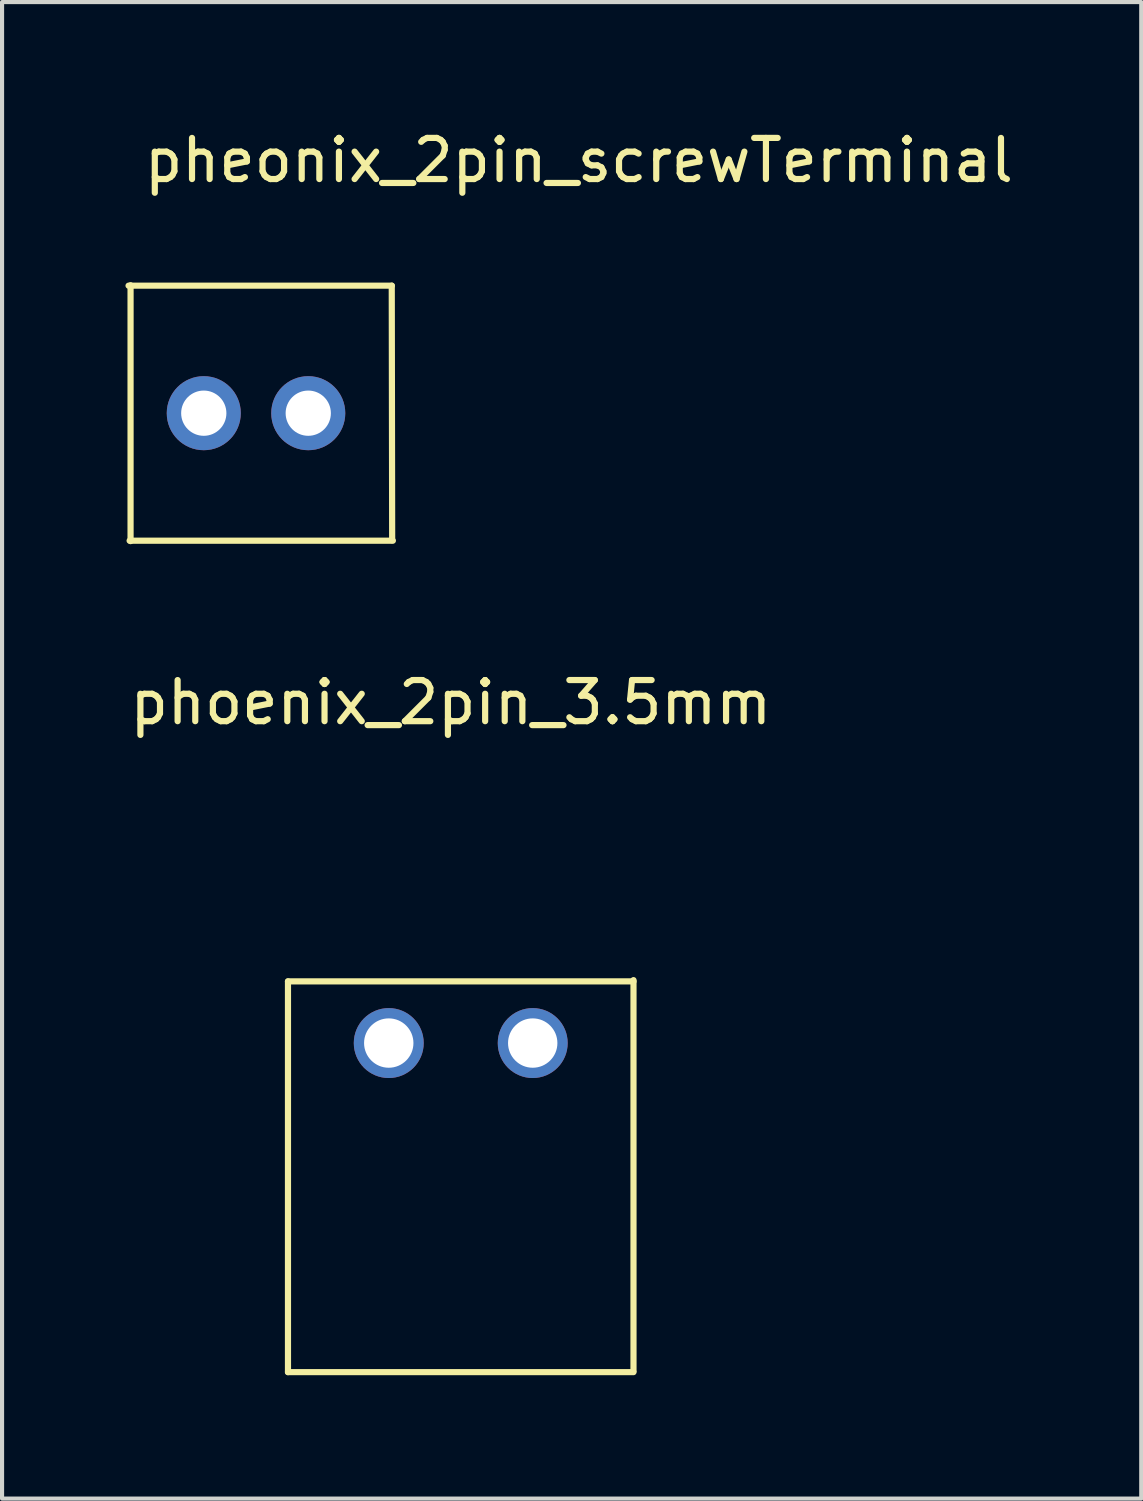
<source format=kicad_pcb>
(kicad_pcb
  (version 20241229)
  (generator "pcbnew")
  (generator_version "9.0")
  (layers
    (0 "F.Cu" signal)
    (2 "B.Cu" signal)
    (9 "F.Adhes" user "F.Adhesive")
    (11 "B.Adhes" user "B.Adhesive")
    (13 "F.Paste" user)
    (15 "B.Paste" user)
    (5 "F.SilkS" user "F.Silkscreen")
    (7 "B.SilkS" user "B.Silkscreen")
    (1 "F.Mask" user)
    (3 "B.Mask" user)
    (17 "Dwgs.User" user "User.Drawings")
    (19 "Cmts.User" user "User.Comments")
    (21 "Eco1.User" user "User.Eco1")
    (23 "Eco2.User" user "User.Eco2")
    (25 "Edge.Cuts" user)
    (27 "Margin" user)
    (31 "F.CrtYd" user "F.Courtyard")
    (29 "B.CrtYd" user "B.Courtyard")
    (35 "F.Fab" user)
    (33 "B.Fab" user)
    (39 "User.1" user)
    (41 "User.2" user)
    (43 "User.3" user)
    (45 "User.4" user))
  (footprint "pheonix_2pin_screwTerminal"
    (layer "F.Cu")
    (at 1.904 6.995)
    (property "Reference" "pheonix_2pin_screwTerminal" (at 9.119 -6.147 0) (layer "F.SilkS") (effects (font (size 1 1) (thickness 0.15))))
    (attr through_hole)
    (fp_line (start -1.78 -3.11) (end -1.78 3.11) (stroke (width 0.15) (type solid)) (layer "F.SilkS"))
    (fp_line (start 4.57 -3.1) (end 4.58 3.09) (stroke (width 0.15) (type solid)) (layer "F.SilkS"))
    (fp_line (start 4.572 -3.1) (end -1.829 -3.1) (stroke (width 0.15) (type solid)) (layer "F.SilkS"))
    (fp_line (start 4.597 3.1) (end -1.803 3.1) (stroke (width 0.15) (type solid)) (layer "F.SilkS"))
    (pad "1" thru_hole circle (at 0 0) (size 1.8 1.8) (drill 1.1) (layers "*.Cu" "*.Mask"))
    (pad "2" thru_hole circle (at 2.54 0) (size 1.8 1.8) (drill 1.1) (layers "*.Cu" "*.Mask")))
  (footprint "phoenix_2pin_3.5mm"
    (layer "F.Cu")
    (at 6.401 22.308)
    (property "Reference" "phoenix_2pin_3.5mm" (at 1.51 -8.28 0) (layer "F.SilkS") (effects (font (size 1 1) (thickness 0.15))))
    (attr through_hole)
    (fp_line (start -2.45 -1.5) (end -2.45 8) (stroke (width 0.15) (type solid)) (layer "F.SilkS"))
    (fp_line (start -2.45 -1.5) (end 5.95 -1.5) (stroke (width 0.15) (type solid)) (layer "F.SilkS"))
    (fp_line (start -2.45 8) (end 5.95 8) (stroke (width 0.15) (type solid)) (layer "F.SilkS"))
    (fp_line (start 5.95 -1.53) (end 5.95 7.97) (stroke (width 0.15) (type solid)) (layer "F.SilkS"))
    (pad "1" thru_hole circle (at 0 0) (size 1.7 1.7) (drill 1.2) (layers "*.Cu" "*.Mask"))
    (pad "2" thru_hole circle (at 3.5 0) (size 1.7 1.7) (drill 1.2) (layers "*.Cu" "*.Mask")))
  (gr_rect
    (start -3 -3)
    (end 24.695 33.383)
    (stroke (width 0.1) (type default))
    (fill no)
    (layer "Edge.Cuts")))
</source>
